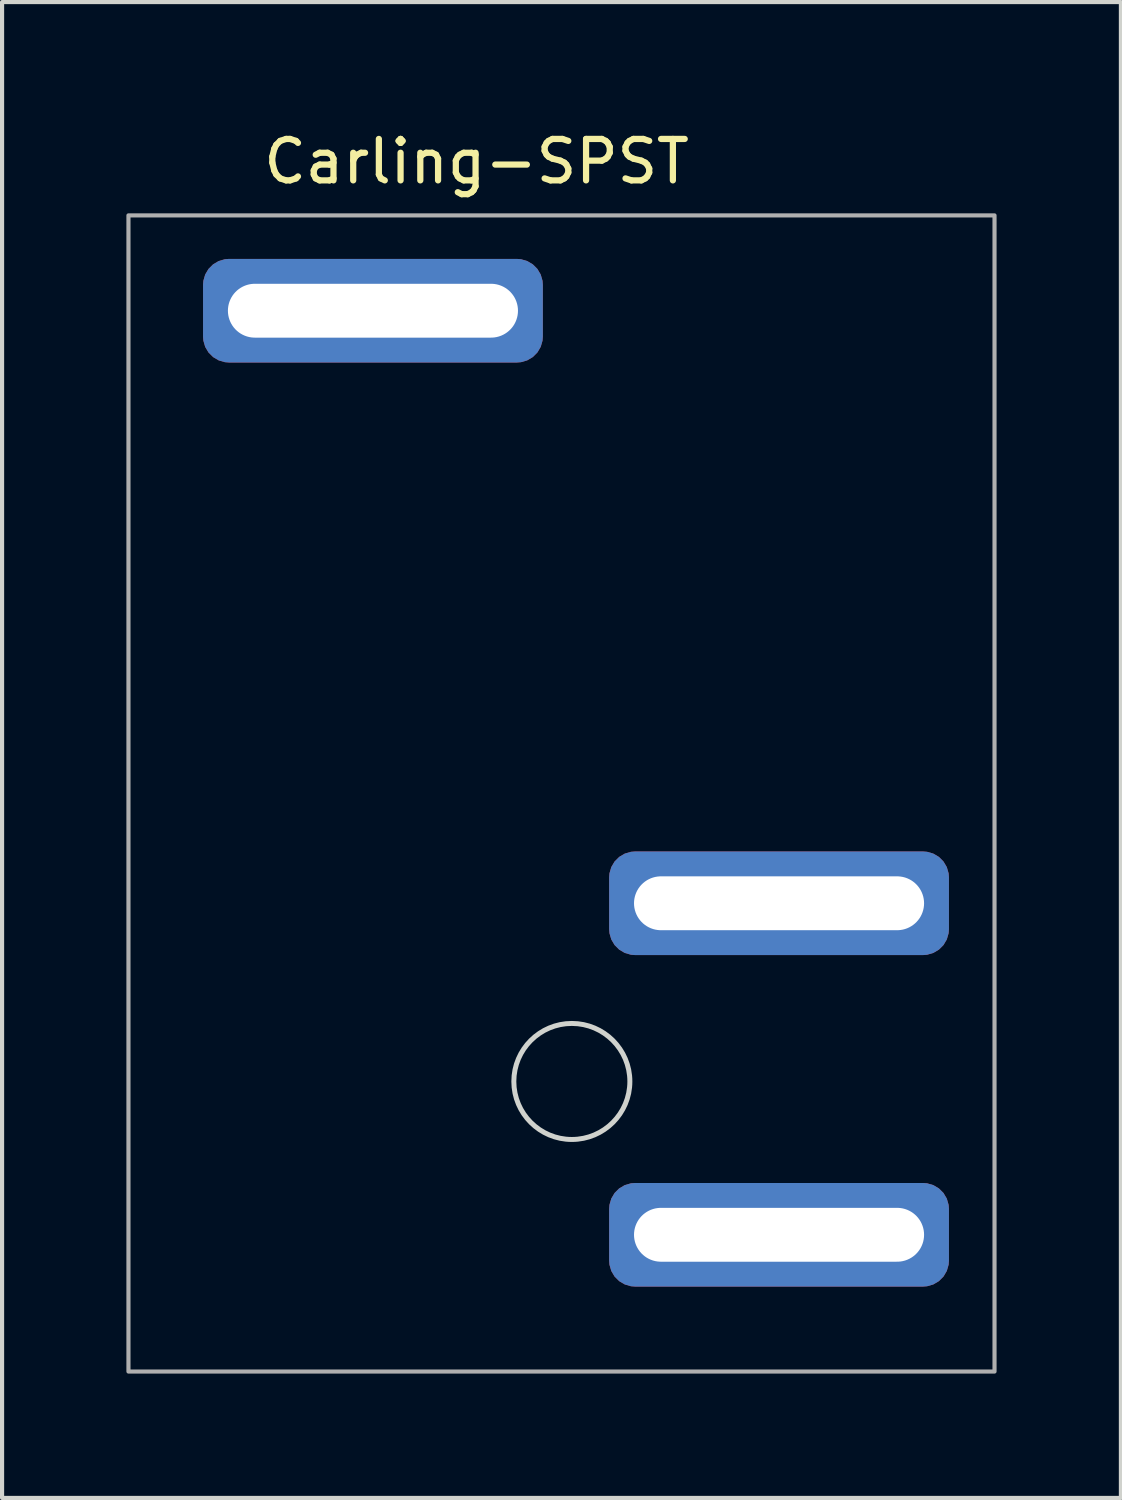
<source format=kicad_pcb>
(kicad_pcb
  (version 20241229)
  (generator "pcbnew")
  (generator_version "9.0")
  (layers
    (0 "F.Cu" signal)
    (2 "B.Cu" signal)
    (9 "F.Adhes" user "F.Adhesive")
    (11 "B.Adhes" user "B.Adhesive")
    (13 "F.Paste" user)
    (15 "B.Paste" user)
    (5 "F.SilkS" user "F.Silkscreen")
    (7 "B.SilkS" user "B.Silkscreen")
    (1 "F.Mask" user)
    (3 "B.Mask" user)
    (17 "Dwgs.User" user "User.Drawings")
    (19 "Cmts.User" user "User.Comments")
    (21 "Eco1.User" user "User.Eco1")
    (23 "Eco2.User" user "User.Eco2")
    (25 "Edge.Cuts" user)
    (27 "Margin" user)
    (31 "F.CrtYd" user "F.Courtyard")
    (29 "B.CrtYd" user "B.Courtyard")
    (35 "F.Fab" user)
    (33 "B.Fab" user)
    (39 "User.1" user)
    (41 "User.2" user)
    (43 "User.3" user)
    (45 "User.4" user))
  (footprint "Carling-SPST"
    (layer "F.Cu")
    (at 8.05 18.648)
    (property "Reference" "Carling-SPST" (at 0.4 -17.8 0) (unlocked yes) (layer "F.SilkS") (effects (font (size 1 1) (thickness 0.15))))
    (attr through_hole)
    (fp_circle (center 2.7 4.4) (end 4.1 4.4) (stroke (width 0.12) (type solid)) (fill no) (layer "Edge.Cuts"))
    (fp_rect (start -8 -16.5) (end 12.9 11.4) (stroke (width 0.1) (type solid)) (fill no) (layer "F.Fab"))
    (pad "1" thru_hole roundrect (at -2.1 -14.2) (size 8.2 2.5) (drill oval 7 1.3) (layers "*.Cu" "*.Mask") (roundrect_rratio 0.25))
    (pad "2" thru_hole roundrect (at 7.7 0.1) (size 8.2 2.5) (drill oval 7 1.3) (layers "*.Cu" "*.Mask") (roundrect_rratio 0.25))
    (pad "3" thru_hole roundrect (at 7.7 8.1) (size 8.2 2.5) (drill oval 7 1.3) (layers "*.Cu" "*.Mask") (roundrect_rratio 0.25)))
  (gr_rect
    (start -3 -3)
    (end 24 33.098)
    (stroke (width 0.1) (type default))
    (fill no)
    (layer "Edge.Cuts")))
</source>
